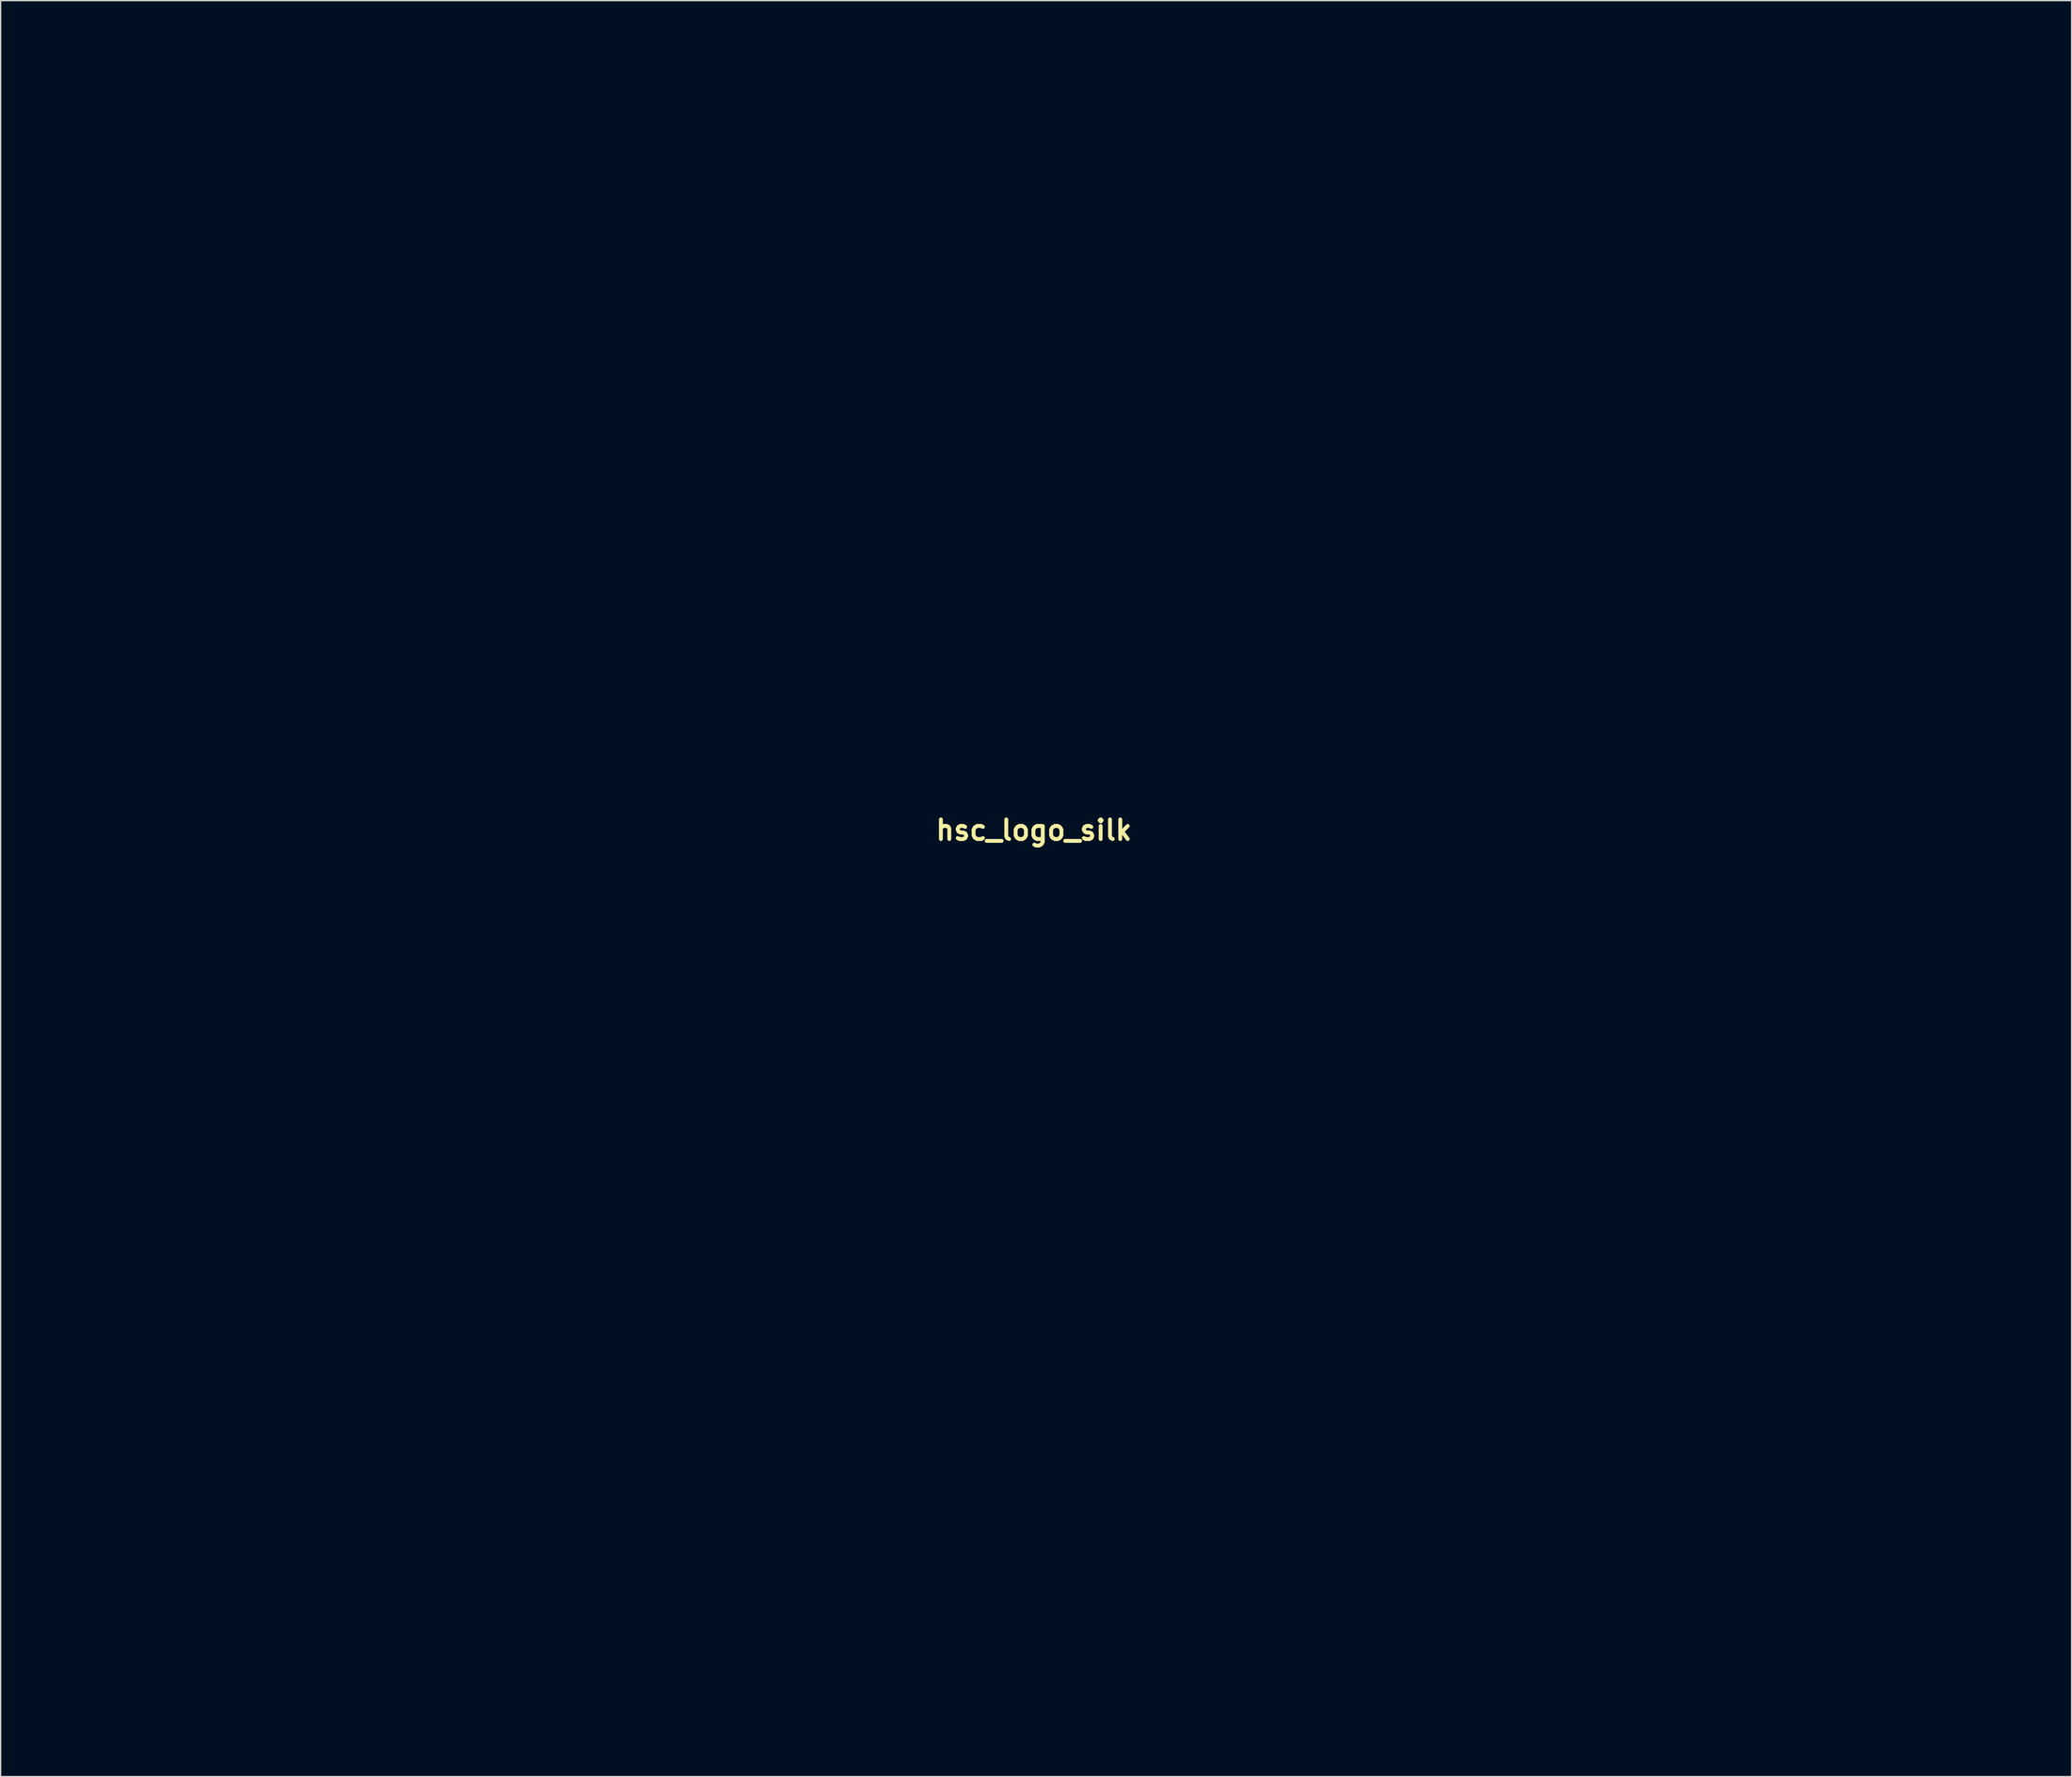
<source format=kicad_pcb>
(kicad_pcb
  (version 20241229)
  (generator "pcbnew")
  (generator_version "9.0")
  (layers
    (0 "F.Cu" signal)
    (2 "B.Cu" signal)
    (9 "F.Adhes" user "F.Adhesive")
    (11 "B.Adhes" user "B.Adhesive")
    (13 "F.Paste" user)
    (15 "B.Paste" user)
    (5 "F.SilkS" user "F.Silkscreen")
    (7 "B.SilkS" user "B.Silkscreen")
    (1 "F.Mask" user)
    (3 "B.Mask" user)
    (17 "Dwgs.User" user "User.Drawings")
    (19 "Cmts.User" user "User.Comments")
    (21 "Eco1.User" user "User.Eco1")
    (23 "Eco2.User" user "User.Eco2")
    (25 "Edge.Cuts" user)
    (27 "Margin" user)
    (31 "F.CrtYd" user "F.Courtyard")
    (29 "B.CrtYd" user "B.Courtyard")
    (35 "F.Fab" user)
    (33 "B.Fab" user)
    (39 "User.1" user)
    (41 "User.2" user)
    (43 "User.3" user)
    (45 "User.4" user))
  (footprint "hsc_logo_silk"
    (layer "F.Cu")
    (at 77.263 61.478)
    (property "Reference" "hsc_logo_silk" (at 0 0 0) (layer "F.SilkS") (effects (font (size 1.524 1.524) (thickness 0.3))))
    (attr through_hole)
    (fp_poly (pts (xy -76.906 69.321) (xy -77.082 69.497) (xy -77.258 69.321) (xy -77.082 69.144) (xy -76.906 69.321)) (stroke (width 0.01) (type solid)) (fill yes) (layer "F.Mask"))
    (fp_poly (pts (xy -74.436 68.263) (xy -74.612 68.439) (xy -74.789 68.263) (xy -74.612 68.086) (xy -74.436 68.263)) (stroke (width 0.01) (type solid)) (fill yes) (layer "F.Mask"))
    (fp_poly (pts (xy -70.203 69.321) (xy -70.379 69.497) (xy -70.556 69.321) (xy -70.379 69.144) (xy -70.203 69.321)) (stroke (width 0.01) (type solid)) (fill yes) (layer "F.Mask"))
    (fp_poly (pts (xy -38.1 42.862) (xy -38.276 43.039) (xy -38.453 42.862) (xy -38.276 42.686) (xy -38.1 42.862)) (stroke (width 0.01) (type solid)) (fill yes) (layer "F.Mask"))
    (fp_poly (pts (xy -13.406 41.451) (xy -13.582 41.628) (xy -13.758 41.451) (xy -13.582 41.275) (xy -13.406 41.451)) (stroke (width 0.01) (type solid)) (fill yes) (layer "F.Mask"))
    (fp_poly (pts (xy -11.994 42.51) (xy -12.171 42.686) (xy -12.347 42.51) (xy -12.171 42.333) (xy -11.994 42.51)) (stroke (width 0.01) (type solid)) (fill yes) (layer "F.Mask"))
    (fp_poly (pts (xy -11.642 44.626) (xy -11.818 44.803) (xy -11.994 44.626) (xy -11.818 44.45) (xy -11.642 44.626)) (stroke (width 0.01) (type solid)) (fill yes) (layer "F.Mask"))
    (fp_poly (pts (xy 2.822 48.154) (xy 2.646 48.331) (xy 2.469 48.154) (xy 2.646 47.978) (xy 2.822 48.154)) (stroke (width 0.01) (type solid)) (fill yes) (layer "F.Mask"))
    (fp_poly (pts (xy 10.936 35.454) (xy 10.76 35.631) (xy 10.583 35.454) (xy 10.76 35.278) (xy 10.936 35.454)) (stroke (width 0.01) (type solid)) (fill yes) (layer "F.Mask"))
    (fp_poly (pts (xy 11.994 13.582) (xy 11.818 13.758) (xy 11.642 13.582) (xy 11.818 13.406) (xy 11.994 13.582)) (stroke (width 0.01) (type solid)) (fill yes) (layer "F.Mask"))
    (fp_poly (pts (xy 32.808 -32.456) (xy 29.633 -32.456) (xy 29.633 -49.389) (xy 32.808 -49.389) (xy 32.808 -32.456)) (stroke (width 0.01) (type solid)) (fill yes) (layer "F.Mask"))
    (fp_poly (pts (xy 23.517 35.19) (xy 23.564 35.912) (xy 23.517 36.072) (xy 23.388 36.116) (xy 23.339 35.631) (xy 23.394 35.13) (xy 23.517 35.19)) (stroke (width 0.01) (type solid)) (fill yes) (layer "F.Mask"))
    (fp_poly (pts (xy -76.96 69.993) (xy -76.581 70.348) (xy -76.659 70.552) (xy -76.708 70.556) (xy -77.007 70.305) (xy -77.116 70.148) (xy -77.157 69.907) (xy -76.96 69.993)) (stroke (width 0.01) (type solid)) (fill yes) (layer "F.Mask"))
    (fp_poly (pts (xy -19.844 13.548) (xy -19.177 14.174) (xy -19.081 14.446) (xy -19.172 14.464) (xy -19.46 14.226) (xy -19.965 13.67) (xy -20.637 12.876) (xy -19.844 13.548)) (stroke (width 0.01) (type solid)) (fill yes) (layer "F.Mask"))
    (fp_poly (pts (xy -18.7 15.03) (xy -18.653 15.075) (xy -18.375 15.538) (xy -18.413 15.708) (xy -18.675 15.602) (xy -18.851 15.273) (xy -18.958 14.861) (xy -18.7 15.03)) (stroke (width 0.01) (type solid)) (fill yes) (layer "F.Mask"))
    (fp_poly (pts (xy 10.909 22.191) (xy 11.217 22.594) (xy 11.512 23.175) (xy 11.379 23.213) (xy 10.929 22.746) (xy 10.629 22.241) (xy 10.635 22.056) (xy 10.909 22.191)) (stroke (width 0.01) (type solid)) (fill yes) (layer "F.Mask"))
    (fp_poly (pts (xy 18.188 -5.409) (xy 18.126 -5.134) (xy 17.842 -4.637) (xy 17.658 -4.72) (xy 17.639 -4.918) (xy 17.895 -5.396) (xy 17.988 -5.466) (xy 18.188 -5.409)) (stroke (width 0.01) (type solid)) (fill yes) (layer "F.Mask"))
    (fp_poly (pts (xy -76.416 -21.966) (xy -76.452 -21.514) (xy -76.758 -20.793) (xy -77.067 -20.643) (xy -77.248 -21.096) (xy -77.258 -21.322) (xy -77.089 -22.03) (xy -76.762 -22.225) (xy -76.416 -21.966)) (stroke (width 0.01) (type solid)) (fill yes) (layer "F.Mask"))
    (fp_poly (pts (xy -25.864 48.155) (xy -26.248 48.648) (xy -26.738 48.998) (xy -26.909 49.036) (xy -26.975 48.822) (xy -26.633 48.328) (xy -26.111 47.866) (xy -25.822 47.791) (xy -25.864 48.155)) (stroke (width 0.01) (type solid)) (fill yes) (layer "F.Mask"))
    (fp_poly (pts (xy 11.891 10.848) (xy 11.949 11.876) (xy 11.891 12.435) (xy 11.803 12.603) (xy 11.748 12.159) (xy 11.738 11.642) (xy 11.765 10.879) (xy 11.836 10.669) (xy 11.891 10.848)) (stroke (width 0.01) (type solid)) (fill yes) (layer "F.Mask"))
    (fp_poly (pts (xy 12.649 16.484) (xy 12.7 16.736) (xy 12.516 17.219) (xy 12.347 17.286) (xy 12.005 17.033) (xy 11.994 16.954) (xy 12.251 16.476) (xy 12.347 16.404) (xy 12.649 16.484)) (stroke (width 0.01) (type solid)) (fill yes) (layer "F.Mask"))
    (fp_poly (pts (xy 22.805 31.079) (xy 22.822 31.139) (xy 22.874 31.908) (xy 22.809 32.198) (xy 22.693 32.209) (xy 22.646 31.657) (xy 22.647 31.574) (xy 22.697 31.026) (xy 22.805 31.079)) (stroke (width 0.01) (type solid)) (fill yes) (layer "F.Mask"))
    (fp_poly (pts (xy 23.158 33.195) (xy 23.175 33.256) (xy 23.227 34.024) (xy 23.162 34.314) (xy 23.046 34.326) (xy 22.999 33.774) (xy 22.999 33.69) (xy 23.05 33.143) (xy 23.158 33.195)) (stroke (width 0.01) (type solid)) (fill yes) (layer "F.Mask"))
    (fp_poly (pts (xy 58.097 16.405) (xy 57.713 16.898) (xy 57.223 17.248) (xy 57.052 17.286) (xy 56.986 17.072) (xy 57.328 16.578) (xy 57.85 16.116) (xy 58.139 16.041) (xy 58.097 16.405)) (stroke (width 0.01) (type solid)) (fill yes) (layer "F.Mask"))
    (fp_poly (pts (xy 43.744 -46.919) (xy 40.217 -46.919) (xy 40.217 -32.456) (xy 37.042 -32.456) (xy 37.042 -46.919) (xy 33.469 -46.919) (xy 33.69 -49.212) (xy 38.717 -49.31) (xy 43.744 -49.408) (xy 43.744 -46.919)) (stroke (width 0.01) (type solid)) (fill yes) (layer "F.Mask"))
    (fp_poly (pts (xy 63.941 11.647) (xy 65.067 11.737) (xy 65.578 12.068) (xy 65.538 12.752) (xy 65.125 13.685) (xy 64.352 15.199) (xy 63.573 13.813) (xy 63.001 12.693) (xy 62.859 12.034) (xy 63.166 11.723) (xy 63.941 11.647) (xy 63.941 11.647)) (stroke (width 0.01) (type solid)) (fill yes) (layer "F.Mask"))
    (fp_poly (pts (xy -9.653 21.962) (xy -9.525 22.196) (xy -9.409 22.795) (xy -9.328 23.033) (xy -9.349 23.553) (xy -9.783 23.74) (xy -10.406 23.56) (xy -10.801 23.238) (xy -11.211 22.686) (xy -11.116 22.35) (xy -10.922 22.209) (xy -10.191 21.911) (xy -9.653 21.962)) (stroke (width 0.01) (type solid)) (fill yes) (layer "F.Mask"))
    (fp_poly (pts (xy 23.812 -40.07) (xy 24.009 -49.389) (xy 27.164 -49.389) (xy 27.164 -32.456) (xy 25.665 -32.463) (xy 24.165 -32.471) (xy 19.932 -42.08) (xy 19.834 -37.268) (xy 19.736 -32.456) (xy 16.581 -32.456) (xy 16.581 -49.389) (xy 19.669 -49.389) (xy 23.812 -40.07)) (stroke (width 0.01) (type solid)) (fill yes) (layer "F.Mask"))
    (fp_poly (pts (xy 23.883 37.384) (xy 24.058 38.109) (xy 24.149 38.645) (xy 24.263 39.643) (xy 24.272 40.31) (xy 24.234 40.442) (xy 24.095 40.227) (xy 23.92 39.502) (xy 23.829 38.966) (xy 23.715 37.968) (xy 23.706 37.302) (xy 23.744 37.169) (xy 23.883 37.384)) (stroke (width 0.01) (type solid)) (fill yes) (layer "F.Mask"))
    (fp_poly (pts (xy -21.261 63.103) (xy -20.892 63.916) (xy -20.47 65.061) (xy -20.441 65.149) (xy -19.349 67.551) (xy -18.25 69.029) (xy -16.843 70.556) (xy -22.578 70.556) (xy -22.578 68.674) (xy -22.519 67.391) (xy -22.363 65.997) (xy -22.143 64.67) (xy -21.891 63.585) (xy -21.639 62.919) (xy -21.5 62.794) (xy -21.261 63.103)) (stroke (width 0.01) (type solid)) (fill yes) (layer "F.Mask"))
    (fp_poly (pts (xy 24.043 -61.324) (xy 24.077 -61.32) (xy 24.41 -61.241) (xy 24.637 -61.036) (xy 24.784 -60.585) (xy 24.873 -59.77) (xy 24.93 -58.472) (xy 24.97 -56.885) (xy 25.069 -52.564) (xy 23.283 -52.564) (xy 23.283 -56.998) (xy 23.287 -58.83) (xy 23.313 -60.069) (xy 23.381 -60.825) (xy 23.511 -61.212) (xy 23.725 -61.341) (xy 24.043 -61.324)) (stroke (width 0.01) (type solid)) (fill yes) (layer "F.Mask"))
    (fp_poly (pts (xy -26.153 18.323) (xy -25.618 18.991) (xy -25.158 20.043) (xy -24.833 21.404) (xy -24.702 22.999) (xy -24.702 23.042) (xy -24.797 24.7) (xy -25.077 25.817) (xy -25.509 26.354) (xy -26.063 26.266) (xy -26.636 25.624) (xy -27.121 24.518) (xy -27.49 23.006) (xy -27.7 21.382) (xy -27.702 19.943) (xy -27.609 19.379) (xy -27.208 18.441) (xy -26.703 18.114) (xy -26.153 18.323)) (stroke (width 0.01) (type solid)) (fill yes) (layer "F.Mask"))
    (fp_poly (pts (xy 22.115 -3.682) (xy 22.996 -2.809) (xy 23.689 -1.454) (xy 24.146 0.173) (xy 24.316 1.861) (xy 24.151 3.402) (xy 23.932 4.04) (xy 23.334 4.761) (xy 22.583 4.901) (xy 21.929 4.478) (xy 21.209 3.297) (xy 20.595 1.742) (xy 20.2 0.145) (xy 20.116 -0.755) (xy 20.269 -2.101) (xy 20.686 -3.13) (xy 21.285 -3.72) (xy 21.981 -3.748) (xy 22.115 -3.682)) (stroke (width 0.01) (type solid)) (fill yes) (layer "F.Mask"))
    (fp_poly (pts (xy 57.808 -13.427) (xy 58.343 -12.759) (xy 58.803 -11.707) (xy 59.128 -10.346) (xy 59.259 -8.751) (xy 59.259 -8.708) (xy 59.164 -7.05) (xy 58.884 -5.933) (xy 58.452 -5.396) (xy 57.899 -5.484) (xy 57.325 -6.126) (xy 56.841 -7.232) (xy 56.471 -8.744) (xy 56.262 -10.368) (xy 56.259 -11.807) (xy 56.352 -12.371) (xy 56.753 -13.309) (xy 57.258 -13.636) (xy 57.808 -13.427)) (stroke (width 0.01) (type solid)) (fill yes) (layer "F.Mask"))
    (fp_poly (pts (xy 29.6 -10.248) (xy 29.615 -10.24) (xy 30.333 -9.535) (xy 30.98 -8.34) (xy 31.472 -6.869) (xy 31.723 -5.336) (xy 31.739 -4.855) (xy 31.578 -3.258) (xy 31.149 -2.233) (xy 30.499 -1.813) (xy 29.676 -2.03) (xy 28.809 -2.818) (xy 28.054 -4.006) (xy 27.569 -5.363) (xy 27.341 -6.767) (xy 27.358 -8.097) (xy 27.605 -9.231) (xy 28.07 -10.049) (xy 28.739 -10.428) (xy 29.6 -10.248)) (stroke (width 0.01) (type solid)) (fill yes) (layer "F.Mask"))
    (fp_poly (pts (xy -31.078 24.53) (xy -30.912 24.658) (xy -30.392 25.394) (xy -29.999 26.531) (xy -29.741 27.907) (xy -29.625 29.363) (xy -29.656 30.74) (xy -29.842 31.877) (xy -30.189 32.614) (xy -30.574 32.808) (xy -31.018 32.512) (xy -31.507 31.771) (xy -31.64 31.485) (xy -32.044 30.178) (xy -32.297 28.651) (xy -32.388 27.124) (xy -32.304 25.814) (xy -32.034 24.941) (xy -31.995 24.884) (xy -31.525 24.422) (xy -31.078 24.53)) (stroke (width 0.01) (type solid)) (fill yes) (layer "F.Mask"))
    (fp_poly (pts (xy 52.883 -7.22) (xy 53.049 -7.092) (xy 53.569 -6.356) (xy 53.962 -5.219) (xy 54.22 -3.843) (xy 54.336 -2.387) (xy 54.305 -1.01) (xy 54.119 0.127) (xy 53.772 0.864) (xy 53.387 1.058) (xy 52.943 0.762) (xy 52.454 0.021) (xy 52.322 -0.265) (xy 51.917 -1.572) (xy 51.664 -3.099) (xy 51.573 -4.626) (xy 51.657 -5.936) (xy 51.927 -6.809) (xy 51.966 -6.866) (xy 52.436 -7.328) (xy 52.883 -7.22)) (stroke (width 0.01) (type solid)) (fill yes) (layer "F.Mask"))
    (fp_poly (pts (xy -14.706 -2.504) (xy -13.912 -1.532) (xy -13.132 0.064) (xy -13.034 0.317) (xy -12.582 1.959) (xy -12.381 3.71) (xy -12.422 5.396) (xy -12.693 6.843) (xy -13.183 7.877) (xy -13.516 8.19) (xy -14.071 8.433) (xy -14.543 8.225) (xy -14.925 7.836) (xy -15.862 6.421) (xy -16.582 4.602) (xy -17.037 2.605) (xy -17.184 0.654) (xy -16.976 -1.028) (xy -16.816 -1.5) (xy -16.194 -2.505) (xy -15.478 -2.834) (xy -14.706 -2.504)) (stroke (width 0.01) (type solid)) (fill yes) (layer "F.Mask"))
    (fp_poly (pts (xy 1.169 -2.504) (xy 1.963 -1.532) (xy 2.743 0.064) (xy 2.841 0.317) (xy 3.293 1.959) (xy 3.494 3.71) (xy 3.453 5.396) (xy 3.182 6.843) (xy 2.692 7.877) (xy 2.359 8.19) (xy 1.804 8.433) (xy 1.332 8.225) (xy 0.95 7.836) (xy 0.013 6.421) (xy -0.707 4.602) (xy -1.162 2.605) (xy -1.309 0.654) (xy -1.101 -1.028) (xy -0.941 -1.5) (xy -0.319 -2.505) (xy 0.397 -2.834) (xy 1.169 -2.504)) (stroke (width 0.01) (type solid)) (fill yes) (layer "F.Mask"))
    (fp_poly (pts (xy 9.344 -10.875) (xy 9.72 -10.566) (xy 10.506 -9.461) (xy 11.124 -7.898) (xy 11.543 -6.083) (xy 11.732 -4.221) (xy 11.663 -2.515) (xy 11.304 -1.17) (xy 11.144 -0.881) (xy 10.476 -0.156) (xy 9.792 -0.104) (xy 8.984 -0.719) (xy 8.915 -0.794) (xy 8.075 -1.967) (xy 7.453 -3.362) (xy 7.04 -4.883) (xy 6.829 -6.432) (xy 6.811 -7.912) (xy 6.979 -9.225) (xy 7.324 -10.276) (xy 7.838 -10.965) (xy 8.514 -11.198) (xy 9.344 -10.875)) (stroke (width 0.01) (type solid)) (fill yes) (layer "F.Mask"))
    (fp_poly (pts (xy -6.86 -11.062) (xy -6.027 -10.409) (xy -5.278 -9.288) (xy -4.678 -7.818) (xy -4.296 -6.117) (xy -4.196 -4.939) (xy -4.368 -3.383) (xy -5.038 -1.795) (xy -5.104 -1.676) (xy -5.643 -0.753) (xy -6.026 -0.145) (xy -6.142 0) (xy -6.413 -0.229) (xy -6.947 -0.78) (xy -6.96 -0.794) (xy -7.812 -2.026) (xy -8.457 -3.565) (xy -8.884 -5.266) (xy -9.082 -6.987) (xy -9.042 -8.583) (xy -8.753 -9.91) (xy -8.205 -10.825) (xy -7.709 -11.129) (xy -6.86 -11.062)) (stroke (width 0.01) (type solid)) (fill yes) (layer "F.Mask"))
    (fp_poly (pts (xy -41.134 63.874) (xy -41.133 63.879) (xy -40.983 64.465) (xy -40.754 65.505) (xy -40.489 66.791) (xy -40.227 68.115) (xy -40.012 69.272) (xy -39.883 70.052) (xy -39.864 70.241) (xy -40.188 70.391) (xy -41.044 70.503) (xy -42.261 70.554) (xy -42.503 70.556) (xy -43.853 70.542) (xy -44.66 70.466) (xy -45.085 70.279) (xy -45.291 69.93) (xy -45.365 69.667) (xy -45.384 68.513) (xy -44.851 67.249) (xy -43.729 65.802) (xy -43.032 65.081) (xy -42.028 64.16) (xy -41.411 63.768) (xy -41.134 63.874)) (stroke (width 0.01) (type solid)) (fill yes) (layer "F.Mask"))
    (fp_poly (pts (xy -48.928 15.008) (xy -48.494 15.234) (xy -47.848 15.715) (xy -46.935 16.495) (xy -45.703 17.62) (xy -44.098 19.134) (xy -42.065 21.082) (xy -41.133 21.98) (xy -35.524 27.391) (xy -36.138 29.897) (xy -36.487 31.503) (xy -36.841 33.427) (xy -37.131 35.289) (xy -37.161 35.516) (xy -37.571 38.629) (xy -38.325 37.571) (xy -39.436 35.916) (xy -40.653 33.935) (xy -41.934 31.713) (xy -43.236 29.338) (xy -44.518 26.894) (xy -45.737 24.469) (xy -46.85 22.147) (xy -47.815 20.016) (xy -48.59 18.161) (xy -49.133 16.668) (xy -49.399 15.624) (xy -49.374 15.145) (xy -49.203 14.993) (xy -48.928 15.008)) (stroke (width 0.01) (type solid)) (fill yes) (layer "F.Mask"))
    (fp_poly (pts (xy 14.111 -34.979) (xy 13.206 -33.904) (xy 12.118 -33.017) (xy 10.699 -32.375) (xy 9.304 -32.132) (xy 9.172 -32.137) (xy 8.472 -32.252) (xy 7.529 -32.489) (xy 7.526 -32.49) (xy 6.547 -32.984) (xy 5.609 -33.77) (xy 5.497 -33.896) (xy 4.586 -34.979) (xy 4.586 -49.429) (xy 6.085 -49.321) (xy 7.585 -49.212) (xy 7.776 -35.287) (xy 8.623 -35.075) (xy 9.32 -34.911) (xy 9.847 -34.87) (xy 10.231 -35.033) (xy 10.497 -35.483) (xy 10.674 -36.301) (xy 10.786 -37.568) (xy 10.862 -39.366) (xy 10.926 -41.776) (xy 10.936 -42.161) (xy 11.113 -49.212) (xy 12.612 -49.321) (xy 14.111 -49.429) (xy 14.111 -34.979)) (stroke (width 0.01) (type solid)) (fill yes) (layer "F.Mask"))
    (fp_poly (pts (xy -22.221 -61.303) (xy -20.62 -60.973) (xy -19.606 -60.314) (xy -19.118 -59.27) (xy -19.05 -58.506) (xy -19.312 -57.167) (xy -20.022 -56.205) (xy -21.071 -55.756) (xy -21.343 -55.739) (xy -21.887 -55.673) (xy -22.145 -55.35) (xy -22.222 -54.58) (xy -22.225 -54.151) (xy -22.262 -53.172) (xy -22.441 -52.708) (xy -22.869 -52.57) (xy -23.107 -52.564) (xy -23.989 -52.564) (xy -23.989 -58.587) (xy -22.225 -58.587) (xy -22.17 -57.656) (xy -21.941 -57.24) (xy -21.498 -57.15) (xy -21.026 -57.251) (xy -20.855 -57.683) (xy -20.881 -58.47) (xy -21.097 -59.475) (xy -21.557 -59.896) (xy -21.608 -59.907) (xy -22.008 -59.857) (xy -22.189 -59.4) (xy -22.225 -58.587) (xy -23.989 -58.587) (xy -23.989 -61.473) (xy -22.221 -61.303)) (stroke (width 0.01) (type solid)) (fill yes) (layer "F.Mask"))
    (fp_poly (pts (xy -16.577 -61.303) (xy -14.975 -60.973) (xy -13.962 -60.314) (xy -13.473 -59.27) (xy -13.406 -58.506) (xy -13.667 -57.167) (xy -14.378 -56.205) (xy -15.427 -55.756) (xy -15.699 -55.739) (xy -16.243 -55.673) (xy -16.501 -55.35) (xy -16.577 -54.58) (xy -16.581 -54.151) (xy -16.617 -53.172) (xy -16.797 -52.708) (xy -17.225 -52.57) (xy -17.462 -52.564) (xy -18.344 -52.564) (xy -18.344 -58.587) (xy -16.581 -58.587) (xy -16.525 -57.656) (xy -16.297 -57.24) (xy -15.854 -57.15) (xy -15.381 -57.251) (xy -15.21 -57.683) (xy -15.236 -58.47) (xy -15.453 -59.475) (xy -15.913 -59.896) (xy -15.963 -59.907) (xy -16.364 -59.857) (xy -16.544 -59.4) (xy -16.581 -58.587) (xy -18.344 -58.587) (xy -18.344 -61.473) (xy -16.577 -61.303)) (stroke (width 0.01) (type solid)) (fill yes) (layer "F.Mask"))
    (fp_poly (pts (xy -26.047 -49.321) (xy -24.578 -49.212) (xy -22.818 -45.067) (xy -22.141 -43.509) (xy -21.551 -42.219) (xy -21.105 -41.318) (xy -20.863 -40.93) (xy -20.848 -40.924) (xy -20.643 -41.231) (xy -20.233 -42.072) (xy -19.673 -43.324) (xy -19.019 -44.865) (xy -18.899 -45.157) (xy -17.16 -49.389) (xy -14.111 -49.389) (xy -14.111 -32.456) (xy -17.266 -32.456) (xy -17.364 -37.093) (xy -17.462 -41.731) (xy -18.738 -38.593) (xy -19.376 -37.089) (xy -19.865 -36.132) (xy -20.284 -35.602) (xy -20.71 -35.379) (xy -20.855 -35.354) (xy -21.265 -35.369) (xy -21.616 -35.602) (xy -21.985 -36.167) (xy -22.45 -37.18) (xy -22.998 -38.529) (xy -24.301 -41.804) (xy -24.321 -37.13) (xy -24.342 -32.456) (xy -27.517 -32.456) (xy -27.517 -49.429) (xy -26.047 -49.321)) (stroke (width 0.01) (type solid)) (fill yes) (layer "F.Mask"))
    (fp_poly (pts (xy -9.819 -49.321) (xy -8.35 -49.212) (xy -6.59 -45.067) (xy -5.913 -43.509) (xy -5.323 -42.219) (xy -4.877 -41.318) (xy -4.635 -40.93) (xy -4.62 -40.924) (xy -4.415 -41.231) (xy -4.005 -42.072) (xy -3.445 -43.324) (xy -2.791 -44.865) (xy -2.671 -45.157) (xy -0.932 -49.389) (xy 2.117 -49.389) (xy 2.117 -32.456) (xy -1.038 -32.456) (xy -1.136 -37.093) (xy -1.235 -41.731) (xy -2.511 -38.593) (xy -3.149 -37.089) (xy -3.638 -36.132) (xy -4.056 -35.602) (xy -4.482 -35.379) (xy -4.627 -35.354) (xy -5.037 -35.369) (xy -5.388 -35.602) (xy -5.757 -36.167) (xy -6.222 -37.18) (xy -6.77 -38.529) (xy -8.073 -41.804) (xy -8.093 -37.13) (xy -8.114 -32.456) (xy -11.289 -32.456) (xy -11.289 -49.429) (xy -9.819 -49.321)) (stroke (width 0.01) (type solid)) (fill yes) (layer "F.Mask"))
    (fp_poly (pts (xy 44.837 -56.42) (xy 45.571 -56.308) (xy 45.958 -56.055) (xy 46.162 -55.651) (xy 46.391 -55.007) (xy 46.793 -53.867) (xy 47.31 -52.4) (xy 47.8 -51.006) (xy 49.154 -47.156) (xy 50.771 -51.799) (xy 52.388 -56.442) (xy 54.592 -56.443) (xy 55.851 -56.387) (xy 56.618 -56.231) (xy 56.797 -56.067) (xy 56.667 -55.637) (xy 56.305 -54.664) (xy 55.753 -53.253) (xy 55.052 -51.51) (xy 54.244 -49.542) (xy 54.151 -49.32) (xy 51.506 -42.95) (xy 51.506 -32.456) (xy 46.919 -32.456) (xy 46.919 -42.596) (xy 44.097 -49.411) (xy 43.256 -51.447) (xy 42.515 -53.251) (xy 41.913 -54.725) (xy 41.491 -55.772) (xy 41.287 -56.295) (xy 41.275 -56.335) (xy 41.597 -56.391) (xy 42.44 -56.43) (xy 43.577 -56.444) (xy 44.837 -56.42)) (stroke (width 0.01) (type solid)) (fill yes) (layer "F.Mask"))
    (fp_poly (pts (xy -8.039 -61.346) (xy -7.832 -61.148) (xy -7.881 -60.66) (xy -8.193 -59.756) (xy -8.643 -58.629) (xy -9.358 -56.219) (xy -9.525 -54.511) (xy -9.548 -53.397) (xy -9.668 -52.817) (xy -9.964 -52.596) (xy -10.407 -52.564) (xy -10.935 -52.623) (xy -11.196 -52.922) (xy -11.282 -53.644) (xy -11.289 -54.284) (xy -11.498 -55.97) (xy -12.058 -57.749) (xy -12.123 -57.9) (xy -12.783 -59.432) (xy -13.16 -60.435) (xy -13.268 -61.02) (xy -13.121 -61.298) (xy -12.732 -61.38) (xy -12.562 -61.383) (xy -11.939 -61.258) (xy -11.531 -60.76) (xy -11.247 -59.972) (xy -10.933 -59.1) (xy -10.654 -58.604) (xy -10.581 -58.561) (xy -10.316 -58.858) (xy -9.937 -59.603) (xy -9.783 -59.972) (xy -9.268 -60.964) (xy -8.695 -61.362) (xy -8.495 -61.383) (xy -8.039 -61.346)) (stroke (width 0.01) (type solid)) (fill yes) (layer "F.Mask"))
    (fp_poly (pts (xy 12.191 24.057) (xy 12.772 24.487) (xy 14.93 25.657) (xy 17.553 26.311) (xy 19.812 26.458) (xy 21.169 26.497) (xy 21.934 26.628) (xy 22.217 26.873) (xy 22.225 26.943) (xy 22.277 27.613) (xy 22.403 28.571) (xy 22.411 28.619) (xy 22.501 29.328) (xy 22.432 29.398) (xy 22.257 29.046) (xy 21.512 27.769) (xy 20.577 27.067) (xy 19.256 26.81) (xy 18.883 26.8) (xy 17.477 26.667) (xy 15.91 26.342) (xy 15.2 26.129) (xy 13.29 25.469) (xy 11.767 26.897) (xy 10.635 27.9) (xy 9.548 28.764) (xy 8.626 29.404) (xy 7.99 29.737) (xy 7.761 29.687) (xy 8.029 29.29) (xy 8.68 28.771) (xy 8.731 28.737) (xy 9.54 28.165) (xy 10.609 27.344) (xy 11.394 26.709) (xy 13.087 25.306) (xy 12.276 24.41) (xy 11.815 23.89) (xy 11.768 23.769) (xy 12.191 24.057)) (stroke (width 0.01) (type solid)) (fill yes) (layer "F.Mask"))
    (fp_poly (pts (xy -31.454 53.521) (xy -31.18 53.797) (xy -30.963 54.331) (xy -30.778 55.204) (xy -30.597 56.496) (xy -30.392 58.287) (xy -30.138 60.657) (xy -29.983 62.089) (xy -29.697 64.694) (xy -29.471 66.677) (xy -29.287 68.117) (xy -29.126 69.091) (xy -28.97 69.68) (xy -28.8 69.961) (xy -28.599 70.014) (xy -28.348 69.917) (xy -28.186 69.831) (xy -27.374 69.607) (xy -26.713 69.757) (xy -26.458 70.192) (xy -26.772 70.374) (xy -27.557 70.496) (xy -28.585 70.552) (xy -29.623 70.537) (xy -30.441 70.446) (xy -30.801 70.291) (xy -30.947 69.859) (xy -31.225 68.897) (xy -31.591 67.561) (xy -31.9 66.394) (xy -32.459 64.415) (xy -33.138 62.252) (xy -33.819 60.269) (xy -34.063 59.616) (xy -34.832 57.364) (xy -35.219 55.586) (xy -35.22 54.325) (xy -35.008 53.799) (xy -34.533 53.598) (xy -33.6 53.469) (xy -32.896 53.443) (xy -32.286 53.424) (xy -31.814 53.424) (xy -31.454 53.521)) (stroke (width 0.01) (type solid)) (fill yes) (layer "F.Mask"))
    (fp_poly (pts (xy 31.154 -61.233) (xy 31.291 -60.873) (xy 31.364 -60.154) (xy 31.392 -58.963) (xy 31.397 -57.189) (xy 31.397 -56.998) (xy 31.393 -55.165) (xy 31.368 -53.923) (xy 31.299 -53.157) (xy 31.165 -52.752) (xy 30.944 -52.592) (xy 30.615 -52.564) (xy 30.566 -52.564) (xy 30.073 -52.676) (xy 29.625 -53.099) (xy 29.12 -53.962) (xy 28.654 -54.945) (xy 27.574 -57.326) (xy 27.545 -54.945) (xy 27.516 -53.683) (xy 27.425 -52.971) (xy 27.213 -52.651) (xy 26.818 -52.567) (xy 26.624 -52.564) (xy 25.731 -52.564) (xy 25.83 -56.885) (xy 25.876 -58.691) (xy 25.933 -59.907) (xy 26.025 -60.65) (xy 26.177 -61.037) (xy 26.414 -61.184) (xy 26.745 -61.207) (xy 27.241 -61.087) (xy 27.691 -60.638) (xy 28.2 -59.731) (xy 28.576 -58.914) (xy 29.593 -56.621) (xy 29.701 -58.914) (xy 29.784 -60.16) (xy 29.925 -60.867) (xy 30.186 -61.199) (xy 30.603 -61.32) (xy 30.932 -61.344) (xy 31.154 -61.233)) (stroke (width 0.01) (type solid)) (fill yes) (layer "F.Mask"))
    (fp_poly (pts (xy -27.014 -61.107) (xy -26.709 -60.736) (xy -26.378 -59.987) (xy -25.972 -58.755) (xy -25.506 -57.15) (xy -25.059 -55.55) (xy -24.693 -54.201) (xy -24.444 -53.245) (xy -24.351 -52.828) (xy -24.644 -52.626) (xy -25.185 -52.564) (xy -25.921 -52.799) (xy -26.25 -53.446) (xy -26.647 -54.149) (xy -27.34 -54.328) (xy -28.089 -54.105) (xy -28.43 -53.446) (xy -28.833 -52.738) (xy -29.495 -52.564) (xy -30.136 -52.658) (xy -30.329 -52.828) (xy -30.235 -53.253) (xy -29.985 -54.213) (xy -29.617 -55.566) (xy -29.521 -55.909) (xy -27.772 -55.909) (xy -27.381 -55.739) (xy -26.906 -55.958) (xy -26.846 -56.18) (xy -26.963 -56.838) (xy -27.162 -57.488) (xy -27.363 -57.914) (xy -27.481 -57.898) (xy -27.486 -57.856) (xy -27.608 -57.091) (xy -27.739 -56.533) (xy -27.772 -55.909) (xy -29.521 -55.909) (xy -29.175 -57.15) (xy -28.662 -58.907) (xy -28.266 -60.085) (xy -27.94 -60.79) (xy -27.635 -61.128) (xy -27.34 -61.207) (xy -27.014 -61.107)) (stroke (width 0.01) (type solid)) (fill yes) (layer "F.Mask"))
    (fp_poly (pts (xy -64.212 36.55) (xy -63.942 37.019) (xy -63.523 37.956) (xy -63.044 39.163) (xy -63.016 39.236) (xy -62.737 40.009) (xy -62.498 40.761) (xy -62.282 41.586) (xy -62.074 42.576) (xy -61.855 43.826) (xy -61.61 45.43) (xy -61.32 47.483) (xy -60.971 50.076) (xy -60.688 52.211) (xy -60.135 55.987) (xy -59.523 59.284) (xy -58.8 62.33) (xy -57.917 65.351) (xy -57.393 66.94) (xy -56.163 70.556) (xy -63.085 70.556) (xy -63.323 69.146) (xy -63.555 68.203) (xy -63.837 67.593) (xy -63.914 67.519) (xy -64.087 67.046) (xy -64.101 66.038) (xy -64.038 65.313) (xy -63.998 64.494) (xy -63.986 63.08) (xy -63.999 61.179) (xy -64.035 58.902) (xy -64.089 56.358) (xy -64.159 53.655) (xy -64.241 50.905) (xy -64.333 48.215) (xy -64.431 45.695) (xy -64.532 43.455) (xy -64.633 41.603) (xy -64.731 40.25) (xy -64.778 39.794) (xy -64.855 38.548) (xy -64.792 37.476) (xy -64.615 36.732) (xy -64.351 36.47) (xy -64.212 36.55)) (stroke (width 0.01) (type solid)) (fill yes) (layer "F.Mask"))
    (fp_poly (pts (xy -3.31 17.17) (xy -3.225 17.951) (xy -3.236 18.162) (xy -2.992 19.443) (xy -2.177 20.627) (xy -0.924 21.611) (xy 0.634 22.294) (xy 2.362 22.573) (xy 2.523 22.574) (xy 4.133 22.328) (xy 5.953 21.669) (xy 7.717 20.708) (xy 8.694 19.987) (xy 9.425 19.402) (xy 9.909 19.075) (xy 9.978 19.05) (xy 10.131 19.359) (xy 10.277 20.118) (xy 10.295 20.26) (xy 10.33 21.019) (xy 10.236 21.335) (xy 10.204 21.327) (xy 9.82 21.444) (xy 9.076 21.897) (xy 8.426 22.367) (xy 7.175 23.174) (xy 5.664 23.934) (xy 4.119 24.553) (xy 2.764 24.938) (xy 2.015 25.017) (xy 1.046 24.887) (xy 0.35 24.718) (xy -1.588 23.887) (xy -3.203 22.732) (xy -3.494 22.442) (xy -4.089 21.87) (xy -4.45 21.79) (xy -4.764 22.11) (xy -5.293 22.485) (xy -5.721 22.299) (xy -5.851 21.686) (xy -5.79 21.402) (xy -5.156 19.524) (xy -4.56 18.1) (xy -4.041 17.21) (xy -3.668 16.933) (xy -3.31 17.17)) (stroke (width 0.01) (type solid)) (fill yes) (layer "F.Mask"))
    (fp_poly (pts (xy 10.728 -60.955) (xy 10.91 -60.867) (xy 11.994 -60.307) (xy 11.994 -56.99) (xy 11.964 -55.28) (xy 11.859 -54.141) (xy 11.66 -53.438) (xy 11.44 -53.118) (xy 10.875 -52.674) (xy 10.587 -52.564) (xy 10.003 -52.458) (xy 9.818 -52.4) (xy 9.192 -52.42) (xy 8.312 -52.689) (xy 8.253 -52.715) (xy 7.399 -53.305) (xy 6.935 -54.025) (xy 6.749 -55.192) (xy 6.695 -56.629) (xy 6.703 -56.813) (xy 8.467 -56.813) (xy 8.494 -55.398) (xy 8.614 -54.548) (xy 8.88 -54.123) (xy 9.348 -53.983) (xy 9.584 -53.975) (xy 9.909 -54.051) (xy 10.103 -54.371) (xy 10.199 -55.075) (xy 10.229 -56.305) (xy 10.231 -56.776) (xy 10.173 -58.444) (xy 9.988 -59.461) (xy 9.653 -59.875) (xy 9.149 -59.734) (xy 8.98 -59.607) (xy 8.656 -59.008) (xy 8.493 -57.841) (xy 8.467 -56.813) (xy 6.703 -56.813) (xy 6.761 -58.098) (xy 6.935 -59.36) (xy 7.206 -60.179) (xy 7.232 -60.219) (xy 8.165 -60.985) (xy 9.403 -61.243) (xy 10.728 -60.955)) (stroke (width 0.01) (type solid)) (fill yes) (layer "F.Mask"))
    (fp_poly (pts (xy -1.676 -61.261) (xy -0.71 -60.84) (xy -0.014 -60.217) (xy 0.352 -59.539) (xy 0.325 -58.952) (xy -0.158 -58.602) (xy -0.529 -58.561) (xy -1.219 -58.732) (xy -1.411 -59.053) (xy -1.699 -59.601) (xy -2.379 -59.786) (xy -2.734 -59.714) (xy -3.211 -59.307) (xy -3.111 -58.709) (xy -2.495 -58.031) (xy -1.499 -57.421) (xy -0.507 -56.901) (xy 0.008 -56.423) (xy 0.223 -55.768) (xy 0.281 -55.191) (xy 0.226 -54.001) (xy -0.192 -53.243) (xy -0.248 -53.19) (xy -1.234 -52.613) (xy -2.378 -52.358) (xy -3.175 -52.454) (xy -4.103 -52.987) (xy -4.705 -53.664) (xy -4.928 -54.332) (xy -4.72 -54.839) (xy -4.057 -55.033) (xy -3.348 -54.849) (xy -3.175 -54.504) (xy -2.868 -54.079) (xy -2.293 -53.975) (xy -1.651 -54.098) (xy -1.426 -54.608) (xy -1.411 -54.977) (xy -1.508 -55.652) (xy -1.924 -56.067) (xy -2.838 -56.408) (xy -4.088 -57.013) (xy -4.665 -57.712) (xy -4.864 -58.884) (xy -4.502 -59.982) (xy -3.718 -60.841) (xy -2.649 -61.298) (xy -1.676 -61.261)) (stroke (width 0.01) (type solid)) (fill yes) (layer "F.Mask"))
    (fp_poly (pts (xy -30.935 -61.233) (xy -30.798 -60.873) (xy -30.725 -60.154) (xy -30.697 -58.963) (xy -30.692 -57.189) (xy -30.692 -56.998) (xy -30.692 -52.564) (xy -31.574 -52.564) (xy -32.097 -52.621) (xy -32.358 -52.913) (xy -32.447 -53.62) (xy -32.456 -54.328) (xy -32.493 -55.386) (xy -32.65 -55.913) (xy -32.998 -56.084) (xy -33.161 -56.092) (xy -33.584 -55.999) (xy -33.795 -55.605) (xy -33.864 -54.736) (xy -33.867 -54.328) (xy -33.895 -53.281) (xy -34.041 -52.759) (xy -34.395 -52.581) (xy -34.749 -52.564) (xy -35.631 -52.564) (xy -35.631 -56.998) (xy -35.627 -58.83) (xy -35.601 -60.069) (xy -35.533 -60.825) (xy -35.403 -61.212) (xy -35.189 -61.341) (xy -34.871 -61.324) (xy -34.837 -61.32) (xy -34.362 -61.162) (xy -34.102 -60.741) (xy -33.971 -59.871) (xy -33.936 -59.355) (xy -33.832 -58.252) (xy -33.636 -57.691) (xy -33.281 -57.508) (xy -33.161 -57.503) (xy -32.756 -57.617) (xy -32.528 -58.07) (xy -32.407 -59.024) (xy -32.386 -59.355) (xy -32.284 -60.456) (xy -32.086 -61.035) (xy -31.707 -61.276) (xy -31.485 -61.32) (xy -31.157 -61.344) (xy -30.935 -61.233)) (stroke (width 0.01) (type solid)) (fill yes) (layer "F.Mask"))
    (fp_poly (pts (xy 5.754 -61.233) (xy 5.891 -60.873) (xy 5.964 -60.154) (xy 5.992 -58.963) (xy 5.997 -57.189) (xy 5.997 -56.998) (xy 5.997 -52.564) (xy 5.115 -52.564) (xy 4.592 -52.621) (xy 4.331 -52.913) (xy 4.242 -53.62) (xy 4.233 -54.328) (xy 4.196 -55.386) (xy 4.039 -55.913) (xy 3.691 -56.084) (xy 3.528 -56.092) (xy 3.105 -55.999) (xy 2.894 -55.605) (xy 2.825 -54.736) (xy 2.822 -54.328) (xy 2.794 -53.281) (xy 2.648 -52.759) (xy 2.294 -52.581) (xy 1.94 -52.564) (xy 1.058 -52.564) (xy 1.058 -56.998) (xy 1.062 -58.83) (xy 1.088 -60.069) (xy 1.156 -60.825) (xy 1.286 -61.212) (xy 1.5 -61.341) (xy 1.818 -61.324) (xy 1.852 -61.32) (xy 2.327 -61.162) (xy 2.587 -60.741) (xy 2.718 -59.871) (xy 2.752 -59.355) (xy 2.857 -58.252) (xy 3.053 -57.691) (xy 3.408 -57.508) (xy 3.528 -57.503) (xy 3.933 -57.617) (xy 4.161 -58.07) (xy 4.282 -59.024) (xy 4.303 -59.355) (xy 4.405 -60.456) (xy 4.603 -61.035) (xy 4.982 -61.276) (xy 5.203 -61.32) (xy 5.532 -61.344) (xy 5.754 -61.233)) (stroke (width 0.01) (type solid)) (fill yes) (layer "F.Mask"))
    (fp_poly (pts (xy 36.42 -60.823) (xy 37.165 -60.145) (xy 37.394 -59.434) (xy 37.247 -58.769) (xy 36.668 -58.565) (xy 36.513 -58.561) (xy 35.813 -58.738) (xy 35.631 -59.069) (xy 35.384 -59.703) (xy 34.801 -59.825) (xy 34.366 -59.595) (xy 34.073 -59.139) (xy 33.935 -58.302) (xy 33.93 -56.938) (xy 33.941 -56.654) (xy 34.014 -55.342) (xy 34.135 -54.577) (xy 34.359 -54.201) (xy 34.74 -54.054) (xy 34.837 -54.039) (xy 35.396 -54.067) (xy 35.607 -54.497) (xy 35.631 -55.009) (xy 35.491 -55.843) (xy 35.076 -56.092) (xy 34.653 -56.355) (xy 34.637 -56.709) (xy 35.013 -57.191) (xy 35.967 -57.426) (xy 36.074 -57.436) (xy 37.394 -57.545) (xy 37.394 -55.609) (xy 37.244 -54.114) (xy 36.824 -53.072) (xy 36.182 -52.586) (xy 35.987 -52.564) (xy 35.403 -52.458) (xy 35.218 -52.4) (xy 34.592 -52.42) (xy 33.712 -52.689) (xy 33.653 -52.715) (xy 32.947 -53.134) (xy 32.489 -53.749) (xy 32.231 -54.703) (xy 32.122 -56.137) (xy 32.108 -57.16) (xy 32.226 -58.939) (xy 32.623 -60.149) (xy 33.351 -60.887) (xy 34.194 -61.201) (xy 35.36 -61.214) (xy 36.42 -60.823)) (stroke (width 0.01) (type solid)) (fill yes) (layer "F.Mask"))
    (fp_poly (pts (xy -46.65 -56.475) (xy -44.919 -55.854) (xy -43.447 -54.854) (xy -42.344 -53.508) (xy -41.723 -51.848) (xy -41.628 -50.818) (xy -41.628 -49.389) (xy -46.214 -49.389) (xy -46.214 -50.569) (xy -46.425 -51.663) (xy -46.859 -52.333) (xy -47.848 -52.812) (xy -49.068 -52.868) (xy -50.179 -52.493) (xy -50.292 -52.416) (xy -50.527 -52.197) (xy -50.704 -51.866) (xy -50.833 -51.325) (xy -50.924 -50.477) (xy -50.987 -49.224) (xy -51.033 -47.467) (xy -51.071 -45.109) (xy -51.073 -44.92) (xy -51.1 -42.217) (xy -51.083 -40.137) (xy -51.001 -38.594) (xy -50.835 -37.508) (xy -50.565 -36.793) (xy -50.171 -36.367) (xy -49.633 -36.147) (xy -48.955 -36.051) (xy -47.541 -36.108) (xy -46.649 -36.597) (xy -46.207 -37.568) (xy -46.147 -38.013) (xy -46.038 -39.335) (xy -41.628 -39.545) (xy -41.628 -38.099) (xy -41.945 -36.223) (xy -42.837 -34.635) (xy -44.21 -33.391) (xy -45.971 -32.548) (xy -48.029 -32.162) (xy -50.291 -32.289) (xy -50.976 -32.43) (xy -52.596 -33.009) (xy -53.921 -33.979) (xy -54.328 -34.391) (xy -55.21 -35.333) (xy -55.315 -44.154) (xy -55.421 -52.975) (xy -53.904 -54.487) (xy -52.265 -55.722) (xy -50.434 -56.442) (xy -48.525 -56.682) (xy -46.65 -56.475)) (stroke (width 0.01) (type solid)) (fill yes) (layer "F.Mask"))
    (fp_poly (pts (xy 40.614 -6.149) (xy 40.712 -5.649) (xy 40.283 -5.058) (xy 39.881 -4.462) (xy 39.612 -3.496) (xy 39.435 -2.003) (xy 39.414 -1.731) (xy 38.815 1.988) (xy 37.559 5.518) (xy 35.634 8.885) (xy 33.028 12.114) (xy 32.27 12.902) (xy 29.759 15.133) (xy 27.317 16.716) (xy 24.969 17.642) (xy 22.738 17.9) (xy 20.686 17.495) (xy 19.532 16.93) (xy 18.5 16.212) (xy 18.393 16.116) (xy 17.676 15.556) (xy 17.143 15.494) (xy 16.862 15.635) (xy 16.247 15.884) (xy 16.028 15.565) (xy 16.204 14.671) (xy 16.604 13.6) (xy 17.136 12.54) (xy 17.657 11.851) (xy 18.074 11.593) (xy 18.299 11.825) (xy 18.261 12.507) (xy 18.356 13.388) (xy 19.014 14.228) (xy 20.273 15.215) (xy 21.554 15.742) (xy 23.155 15.921) (xy 23.517 15.925) (xy 25.74 15.589) (xy 27.979 14.635) (xy 30.16 13.145) (xy 32.208 11.2) (xy 34.048 8.883) (xy 35.606 6.275) (xy 36.806 3.457) (xy 37.573 0.529) (xy 37.913 -1.574) (xy 38.067 -3.065) (xy 38.034 -4.015) (xy 37.814 -4.494) (xy 37.546 -4.586) (xy 37.127 -4.85) (xy 37.105 -5.38) (xy 37.32 -5.916) (xy 37.895 -6.221) (xy 38.727 -6.375) (xy 39.933 -6.407) (xy 40.614 -6.149)) (stroke (width 0.01) (type solid)) (fill yes) (layer "F.Mask"))
    (fp_poly (pts (xy -19.15 21.754) (xy -18.757 22.202) (xy -18.929 22.923) (xy -19.141 23.208) (xy -19.467 23.952) (xy -19.705 25.35) (xy -19.848 27.164) (xy -20.22 30.287) (xy -20.97 33.394) (xy -22.042 36.37) (xy -23.38 39.105) (xy -24.928 41.484) (xy -26.63 43.395) (xy -28.43 44.726) (xy -28.604 44.818) (xy -29.692 45.314) (xy -30.498 45.454) (xy -31.336 45.255) (xy -31.926 45.007) (xy -32.811 44.452) (xy -33.411 43.816) (xy -34.011 43.281) (xy -34.597 43.296) (xy -35.146 43.343) (xy -35.201 42.967) (xy -35.164 42.826) (xy -34.946 42.072) (xy -34.639 41.005) (xy -34.539 40.658) (xy -34.159 39.618) (xy -33.83 39.211) (xy -33.599 39.451) (xy -33.514 40.327) (xy -33.198 41.497) (xy -32.373 42.589) (xy -31.222 43.385) (xy -30.789 43.549) (xy -29.607 43.555) (xy -28.299 42.961) (xy -26.931 41.848) (xy -25.567 40.296) (xy -24.273 38.387) (xy -23.114 36.199) (xy -22.153 33.814) (xy -21.688 32.279) (xy -21.398 30.94) (xy -21.16 29.386) (xy -20.983 27.769) (xy -20.879 26.236) (xy -20.855 24.937) (xy -20.923 24.022) (xy -21.093 23.639) (xy -21.115 23.636) (xy -21.467 23.374) (xy -21.445 22.768) (xy -21.249 22.368) (xy -20.739 22.004) (xy -20.012 21.741) (xy -19.15 21.754)) (stroke (width 0.01) (type solid)) (fill yes) (layer "F.Mask"))
    (fp_poly (pts (xy 64.811 -9.996) (xy 65.205 -9.548) (xy 65.032 -8.827) (xy 64.82 -8.542) (xy 64.495 -7.798) (xy 64.256 -6.4) (xy 64.113 -4.586) (xy 63.741 -1.463) (xy 62.991 1.644) (xy 61.919 4.62) (xy 60.581 7.355) (xy 59.033 9.734) (xy 57.331 11.645) (xy 55.531 12.976) (xy 55.357 13.068) (xy 54.269 13.564) (xy 53.463 13.704) (xy 52.625 13.505) (xy 52.035 13.257) (xy 51.15 12.702) (xy 50.551 12.066) (xy 49.95 11.531) (xy 49.364 11.546) (xy 48.815 11.593) (xy 48.76 11.217) (xy 48.797 11.076) (xy 49.015 10.322) (xy 49.322 9.255) (xy 49.422 8.908) (xy 49.802 7.868) (xy 50.131 7.461) (xy 50.362 7.701) (xy 50.447 8.577) (xy 50.763 9.747) (xy 51.588 10.839) (xy 52.739 11.635) (xy 53.172 11.799) (xy 54.355 11.805) (xy 55.662 11.211) (xy 57.03 10.098) (xy 58.394 8.546) (xy 59.688 6.637) (xy 60.847 4.449) (xy 61.808 2.064) (xy 62.273 0.529) (xy 62.563 -0.81) (xy 62.801 -2.364) (xy 62.978 -3.981) (xy 63.083 -5.514) (xy 63.106 -6.813) (xy 63.038 -7.728) (xy 62.868 -8.111) (xy 62.846 -8.114) (xy 62.495 -8.376) (xy 62.516 -8.982) (xy 62.712 -9.382) (xy 63.222 -9.746) (xy 63.949 -10.009) (xy 64.811 -9.996)) (stroke (width 0.01) (type solid)) (fill yes) (layer "F.Mask"))
    (fp_poly (pts (xy 1.659 48.658) (xy 2.071 49.507) (xy 2.548 50.729) (xy 3.034 52.169) (xy 3.474 53.672) (xy 3.801 55.033) (xy 4.067 56.303) (xy 4.281 57.266) (xy 4.402 57.749) (xy 4.411 57.772) (xy 4.743 57.709) (xy 5.493 57.437) (xy 5.797 57.313) (xy 6.745 56.987) (xy 7.351 57.007) (xy 7.704 57.209) (xy 8.213 57.585) (xy 8.373 57.692) (xy 8.455 58.031) (xy 8.598 58.903) (xy 8.775 60.137) (xy 8.828 60.525) (xy 9.106 62.374) (xy 9.427 63.7) (xy 9.885 64.683) (xy 10.573 65.504) (xy 11.586 66.344) (xy 12.033 66.674) (xy 13.354 67.724) (xy 14.455 68.765) (xy 15.217 69.672) (xy 15.521 70.318) (xy 15.522 70.345) (xy 15.19 70.42) (xy 14.277 70.482) (xy 12.905 70.529) (xy 11.201 70.553) (xy 10.407 70.556) (xy 8.383 70.546) (xy 6.963 70.511) (xy 6.047 70.439) (xy 5.532 70.319) (xy 5.318 70.141) (xy 5.292 70.009) (xy 5.224 69.588) (xy 4.993 68.95) (xy 4.558 68.01) (xy 3.876 66.68) (xy 2.905 64.874) (xy 2.237 63.653) (xy 1.068 61.393) (xy 0.285 59.52) (xy -0.161 57.865) (xy -0.317 56.26) (xy -0.27 54.938) (xy -0.114 53.679) (xy 0.143 52.261) (xy 0.459 50.85) (xy 0.793 49.614) (xy 1.103 48.722) (xy 1.348 48.34) (xy 1.369 48.337) (xy 1.659 48.658)) (stroke (width 0.01) (type solid)) (fill yes) (layer "F.Mask"))
    (fp_poly (pts (xy -32.853 -49.091) (xy -31.365 -48.351) (xy -30.266 -47.225) (xy -30.085 -46.909) (xy -29.871 -46.099) (xy -29.721 -44.754) (xy -29.634 -43.04) (xy -29.607 -41.124) (xy -29.641 -39.174) (xy -29.733 -37.356) (xy -29.882 -35.837) (xy -30.087 -34.784) (xy -30.186 -34.527) (xy -31.133 -33.407) (xy -32.535 -32.621) (xy -34.191 -32.237) (xy -35.902 -32.322) (xy -36.357 -32.437) (xy -37.546 -32.859) (xy -38.435 -33.37) (xy -39.065 -34.073) (xy -39.479 -35.071) (xy -39.721 -36.466) (xy -39.833 -38.362) (xy -39.858 -40.791) (xy -36.689 -40.791) (xy -36.661 -38.444) (xy -36.576 -36.769) (xy -36.431 -35.737) (xy -36.266 -35.348) (xy -35.539 -35.017) (xy -34.523 -34.944) (xy -33.587 -35.129) (xy -33.232 -35.348) (xy -33.036 -35.874) (xy -32.902 -37.017) (xy -32.827 -38.808) (xy -32.808 -40.791) (xy -32.83 -43.021) (xy -32.914 -44.641) (xy -33.09 -45.745) (xy -33.39 -46.428) (xy -33.841 -46.786) (xy -34.476 -46.912) (xy -34.749 -46.919) (xy -35.455 -46.852) (xy -35.967 -46.587) (xy -36.317 -46.029) (xy -36.533 -45.084) (xy -36.647 -43.656) (xy -36.687 -41.653) (xy -36.689 -40.791) (xy -39.858 -40.791) (xy -39.859 -40.817) (xy -39.838 -43.125) (xy -39.76 -44.848) (xy -39.592 -46.104) (xy -39.303 -47.012) (xy -38.861 -47.691) (xy -38.234 -48.261) (xy -37.778 -48.585) (xy -36.247 -49.248) (xy -34.542 -49.404) (xy -32.853 -49.091)) (stroke (width 0.01) (type solid)) (fill yes) (layer "F.Mask"))
    (fp_poly (pts (xy -18.21 43.675) (xy -16.954 44.157) (xy -16.867 44.2) (xy -15.733 44.687) (xy -14.993 44.766) (xy -14.708 44.654) (xy -14.133 44.462) (xy -13.914 44.53) (xy -13.785 44.941) (xy -13.581 45.927) (xy -13.323 47.364) (xy -13.035 49.127) (xy -12.856 50.299) (xy -12.481 52.796) (xy -12.188 54.677) (xy -11.956 56.025) (xy -11.764 56.923) (xy -11.592 57.453) (xy -11.417 57.698) (xy -11.221 57.74) (xy -10.991 57.666) (xy -9.765 57.236) (xy -8.662 56.975) (xy -7.904 56.93) (xy -7.756 56.977) (xy -7.504 57.452) (xy -7.408 58.215) (xy -7.357 59.066) (xy -7.22 60.349) (xy -7.027 61.798) (xy -7.009 61.92) (xy -6.611 64.602) (xy -4.218 66.511) (xy -3.011 67.528) (xy -1.936 68.528) (xy -1.185 69.332) (xy -1.065 69.488) (xy -0.305 70.556) (xy -12.991 70.556) (xy -13.241 69.056) (xy -13.592 67.89) (xy -14.316 66.834) (xy -14.992 66.146) (xy -15.893 65.232) (xy -16.611 64.383) (xy -16.89 63.964) (xy -17.128 63.081) (xy -17.26 61.704) (xy -17.29 60.037) (xy -17.223 58.283) (xy -17.062 56.647) (xy -16.811 55.332) (xy -16.708 54.997) (xy -16.397 53.826) (xy -16.307 52.797) (xy -16.345 52.497) (xy -16.609 51.865) (xy -17.165 50.785) (xy -17.935 49.405) (xy -18.836 47.876) (xy -18.866 47.827) (xy -19.724 46.364) (xy -20.404 45.11) (xy -20.843 44.189) (xy -20.976 43.728) (xy -20.97 43.712) (xy -20.419 43.429) (xy -19.432 43.425) (xy -18.21 43.675)) (stroke (width 0.01) (type solid)) (fill yes) (layer "F.Mask"))
    (fp_poly (pts (xy 21.807 -61.363) (xy 22.53 -61.273) (xy 22.853 -61.067) (xy 22.93 -60.702) (xy 22.931 -60.678) (xy 22.724 -60.125) (xy 22.049 -59.972) (xy 21.167 -59.972) (xy 21.167 -52.564) (xy 19.403 -52.564) (xy 19.403 -56.268) (xy 19.394 -57.921) (xy 19.352 -58.992) (xy 19.252 -59.608) (xy 19.071 -59.892) (xy 18.786 -59.97) (xy 18.697 -59.972) (xy 18.361 -59.919) (xy 18.152 -59.669) (xy 18.042 -59.087) (xy 17.998 -58.039) (xy 17.992 -56.822) (xy 17.957 -55.147) (xy 17.84 -54.04) (xy 17.621 -53.365) (xy 17.437 -53.118) (xy 16.872 -52.674) (xy 16.584 -52.564) (xy 16 -52.458) (xy 15.816 -52.4) (xy 15.189 -52.42) (xy 14.309 -52.689) (xy 14.251 -52.715) (xy 13.396 -53.305) (xy 12.932 -54.025) (xy 12.747 -55.192) (xy 12.692 -56.629) (xy 12.7 -56.813) (xy 14.464 -56.813) (xy 14.491 -55.398) (xy 14.611 -54.548) (xy 14.877 -54.123) (xy 15.345 -53.983) (xy 15.581 -53.975) (xy 15.906 -54.051) (xy 16.1 -54.371) (xy 16.196 -55.075) (xy 16.227 -56.305) (xy 16.228 -56.776) (xy 16.171 -58.444) (xy 15.985 -59.461) (xy 15.651 -59.875) (xy 15.146 -59.734) (xy 14.978 -59.607) (xy 14.653 -59.008) (xy 14.49 -57.841) (xy 14.464 -56.813) (xy 12.7 -56.813) (xy 12.758 -58.098) (xy 12.932 -59.36) (xy 13.204 -60.179) (xy 13.23 -60.219) (xy 14.116 -60.94) (xy 15.299 -61.257) (xy 16.449 -61.092) (xy 16.598 -61.021) (xy 17.342 -60.796) (xy 17.747 -60.998) (xy 18.277 -61.193) (xy 19.289 -61.332) (xy 20.532 -61.383) (xy 21.807 -61.363)) (stroke (width 0.01) (type solid)) (fill yes) (layer "F.Mask"))
    (fp_poly (pts (xy -18.153 16.438) (xy -17.993 16.682) (xy -17.71 17.354) (xy -17.386 18.458) (xy -17.144 19.504) (xy -16.713 21.023) (xy -16.082 21.96) (xy -15.113 22.436) (xy -13.67 22.573) (xy -12.802 22.625) (xy -12.431 22.887) (xy -12.348 23.527) (xy -12.347 23.647) (xy -12.508 24.513) (xy -13.052 24.941) (xy -14.068 24.971) (xy -15.022 24.796) (xy -16.568 24.443) (xy -16.735 25.539) (xy -16.88 26.566) (xy -17.049 27.87) (xy -17.113 28.399) (xy -17.319 29.667) (xy -17.65 31.255) (xy -18.011 32.724) (xy -18.343 34.015) (xy -18.587 35.056) (xy -18.696 35.645) (xy -18.697 35.679) (xy -18.362 35.913) (xy -17.363 35.937) (xy -16.903 35.901) (xy -15.687 35.863) (xy -15.039 36.026) (xy -14.965 36.12) (xy -14.835 36.678) (xy -14.679 37.619) (xy -14.525 38.729) (xy -14.401 39.793) (xy -14.333 40.596) (xy -14.35 40.922) (xy -14.351 40.922) (xy -14.7 40.765) (xy -15.481 40.358) (xy -16.321 39.899) (xy -17.759 39.12) (xy -18.735 38.714) (xy -19.406 38.72) (xy -19.933 39.175) (xy -20.472 40.119) (xy -20.899 41.001) (xy -21.641 42.423) (xy -22.496 43.871) (xy -23.373 45.213) (xy -24.181 46.314) (xy -24.828 47.041) (xy -25.19 47.267) (xy -25.226 47.056) (xy -24.884 46.581) (xy -24.378 45.866) (xy -23.772 44.797) (xy -23.432 44.108) (xy -22.734 42.739) (xy -21.925 41.343) (xy -21.595 40.831) (xy -20.257 38.391) (xy -19.141 35.439) (xy -18.269 32.136) (xy -17.665 28.649) (xy -17.352 25.14) (xy -17.354 21.773) (xy -17.694 18.713) (xy -18.172 16.756) (xy -18.305 16.279) (xy -18.153 16.438)) (stroke (width 0.01) (type solid)) (fill yes) (layer "F.Mask"))
    (fp_poly (pts (xy 41.456 16.317) (xy 43.039 16.607) (xy 44.056 16.813) (xy 44.781 16.921) (xy 44.938 16.926) (xy 45.26 17.195) (xy 45.696 17.912) (xy 45.858 18.25) (xy 46.827 19.753) (xy 48.157 20.923) (xy 49.679 21.661) (xy 51.226 21.869) (xy 51.862 21.769) (xy 52.511 21.746) (xy 52.749 21.886) (xy 52.837 22.298) (xy 52.987 23.271) (xy 53.181 24.667) (xy 53.401 26.348) (xy 53.631 28.174) (xy 53.853 30.005) (xy 54.051 31.704) (xy 54.205 33.131) (xy 54.3 34.147) (xy 54.322 34.527) (xy 54.419 34.83) (xy 54.81 34.611) (xy 54.882 34.552) (xy 55.177 34.367) (xy 55.161 34.617) (xy 54.822 35.395) (xy 54.793 35.457) (xy 54.382 36.291) (xy 53.771 37.475) (xy 53.02 38.901) (xy 52.189 40.461) (xy 51.335 42.044) (xy 50.519 43.543) (xy 49.798 44.848) (xy 49.232 45.851) (xy 48.88 46.443) (xy 48.798 46.524) (xy 48.96 45.833) (xy 49.152 44.782) (xy 49.217 44.365) (xy 49.24 42.773) (xy 48.733 41.467) (xy 47.63 40.334) (xy 46.49 39.595) (xy 45.089 38.752) (xy 44.158 37.996) (xy 43.591 37.146) (xy 43.286 36.019) (xy 43.138 34.434) (xy 43.102 33.703) (xy 43.052 32.067) (xy 43.094 30.899) (xy 43.264 29.967) (xy 43.595 29.034) (xy 43.88 28.388) (xy 44.367 27.254) (xy 44.701 26.336) (xy 44.803 25.896) (xy 44.556 25.381) (xy 43.83 24.392) (xy 42.645 22.954) (xy 41.021 21.092) (xy 39.019 18.874) (xy 38.2 17.918) (xy 37.618 17.123) (xy 37.4 16.669) (xy 37.716 16.336) (xy 38.586 16.166) (xy 39.877 16.159) (xy 41.456 16.317)) (stroke (width 0.01) (type solid)) (fill yes) (layer "F.Mask"))
    (fp_poly (pts (xy -74.795 -9.705) (xy -74.52 -9.295) (xy -74.133 -8.442) (xy -73.889 -7.807) (xy -73.129 -6.314) (xy -72.266 -5.492) (xy -71.56 -4.914) (xy -71.227 -4.326) (xy -71.225 -4.302) (xy -71.193 -3.675) (xy -71.142 -2.564) (xy -71.082 -1.192) (xy -71.071 -0.951) (xy -70.943 0.717) (xy -70.686 1.949) (xy -70.236 3.01) (xy -70.049 3.345) (xy -69.51 4.47) (xy -69.186 5.544) (xy -69.144 5.929) (xy -68.899 7.008) (xy -68.135 7.653) (xy -66.81 7.899) (xy -66.753 7.901) (xy -65.917 7.962) (xy -65.547 8.222) (xy -65.46 8.887) (xy -65.465 9.365) (xy -65.612 10.281) (xy -66.041 11.607) (xy -66.778 13.408) (xy -67.845 15.745) (xy -67.998 16.068) (xy -70.506 21.343) (xy -70.614 33.514) (xy -70.638 37.771) (xy -70.637 41.995) (xy -70.612 46.124) (xy -70.565 50.095) (xy -70.497 53.847) (xy -70.411 57.317) (xy -70.308 60.443) (xy -70.19 63.162) (xy -70.059 65.412) (xy -69.916 67.132) (xy -69.762 68.258) (xy -69.633 68.691) (xy -69.217 69.449) (xy -69.223 69.789) (xy -69.497 69.85) (xy -69.814 69.566) (xy -69.85 69.342) (xy -70.088 68.712) (xy -70.615 68.571) (xy -71.085 68.909) (xy -71.519 69.28) (xy -71.737 69.257) (xy -71.948 69.296) (xy -71.967 69.438) (xy -72.156 69.822) (xy -72.654 69.656) (xy -73.147 69.204) (xy -73.523 68.649) (xy -73.54 68.366) (xy -73.658 68.056) (xy -74.155 67.521) (xy -74.832 66.938) (xy -75.485 66.48) (xy -75.883 66.322) (xy -75.974 66.588) (xy -75.745 67.236) (xy -75.709 67.308) (xy -75.398 67.993) (xy -75.529 68.274) (xy -76.207 68.37) (xy -76.229 68.372) (xy -77.258 68.45) (xy -77.258 67.91) (xy -76.2 67.91) (xy -76.024 68.086) (xy -75.847 67.91) (xy -76.024 67.733) (xy -76.2 67.91) (xy -77.258 67.91) (xy -77.258 -8.051) (xy -76.17 -8.967) (xy -75.422 -9.503) (xy -74.884 -9.722) (xy -74.795 -9.705)) (stroke (width 0.01) (type solid)) (fill yes) (layer "F.Mask"))
    (fp_poly (pts (xy 77.512 15.158) (xy 77.535 16.136) (xy 77.555 17.682) (xy 77.572 19.728) (xy 77.585 22.205) (xy 77.595 25.043) (xy 77.6 28.175) (xy 77.6 31.485) (xy 77.589 48.154) (xy 76.735 47.184) (xy 76.036 46.539) (xy 75.433 46.221) (xy 75.364 46.214) (xy 74.813 45.964) (xy 74.704 45.782) (xy 74.412 45.763) (xy 73.794 46.196) (xy 72.954 46.974) (xy 71.996 47.99) (xy 71.024 49.138) (xy 70.141 50.311) (xy 69.813 50.8) (xy 68.948 52.145) (xy 68.045 53.54) (xy 67.534 54.328) (xy 66.483 56.171) (xy 66.002 57.612) (xy 66.086 58.66) (xy 66.286 58.982) (xy 66.842 59.481) (xy 67.172 59.619) (xy 67.662 59.835) (xy 68.24 60.276) (xy 69.555 61.026) (xy 71.242 61.364) (xy 73.102 61.296) (xy 74.94 60.829) (xy 76.498 60.011) (xy 77.611 59.219) (xy 77.611 70.556) (xy 73.547 70.556) (xy 71.761 70.544) (xy 70.51 70.491) (xy 69.627 70.367) (xy 68.942 70.145) (xy 68.286 69.796) (xy 68.018 69.631) (xy 67.165 69.071) (xy 66.841 68.741) (xy 66.973 68.498) (xy 67.33 68.289) (xy 67.817 67.888) (xy 67.833 67.597) (xy 67.526 67.064) (xy 67.513 66.998) (xy 67.425 66.346) (xy 67.092 65.994) (xy 66.675 65.817) (xy 65.701 65.54) (xy 65.264 65.417) (xy 64.693 65.429) (xy 64.606 65.874) (xy 65.004 66.672) (xy 65.264 67.028) (xy 65.746 67.692) (xy 65.961 68.082) (xy 65.962 68.089) (xy 65.654 68.173) (xy 64.87 68.176) (xy 64.47 68.151) (xy 63.487 68.149) (xy 62.702 68.403) (xy 61.821 69.028) (xy 61.504 69.295) (xy 60.036 70.556) (xy 54.536 70.556) (xy 52.656 70.548) (xy 51.053 70.526) (xy 49.846 70.493) (xy 49.154 70.452) (xy 49.036 70.425) (xy 49.204 70.089) (xy 49.663 69.262) (xy 50.347 68.06) (xy 51.191 66.601) (xy 51.378 66.28) (xy 53.089 63.316) (xy 54.881 60.152) (xy 56.719 56.859) (xy 58.565 53.506) (xy 60.381 50.164) (xy 62.131 46.903) (xy 63.776 43.794) (xy 65.28 40.905) (xy 66.606 38.309) (xy 67.716 36.075) (xy 68.572 34.272) (xy 69.138 32.973) (xy 69.318 32.48) (xy 69.552 31.898) (xy 70.041 30.798) (xy 70.731 29.298) (xy 71.568 27.514) (xy 72.481 25.6) (xy 73.477 23.511) (xy 74.441 21.458) (xy 75.302 19.596) (xy 75.986 18.082) (xy 76.37 17.198) (xy 76.867 16.045) (xy 77.261 15.199) (xy 77.476 14.823) (xy 77.488 14.817) (xy 77.512 15.158)) (stroke (width 0.01) (type solid)) (fill yes) (layer "F.Mask"))
    (fp_poly (pts (xy 36.903 36.277) (xy 37.373 37.061) (xy 37.973 38.186) (xy 38.2 38.637) (xy 38.927 40.025) (xy 39.585 40.992) (xy 40.377 41.767) (xy 41.509 42.579) (xy 41.967 42.878) (xy 43.546 43.965) (xy 44.605 44.89) (xy 45.261 45.792) (xy 45.631 46.81) (xy 45.737 47.353) (xy 45.949 48.669) (xy 46.984 47.932) (xy 47.704 47.491) (xy 48.153 47.349) (xy 48.189 47.366) (xy 48.081 47.721) (xy 47.659 48.6) (xy 46.967 49.922) (xy 46.053 51.605) (xy 44.963 53.567) (xy 43.743 55.728) (xy 42.441 58.004) (xy 41.102 60.316) (xy 39.774 62.582) (xy 38.502 64.719) (xy 37.334 66.646) (xy 36.316 68.283) (xy 35.703 69.233) (xy 34.831 70.556) (xy 20.814 70.556) (xy 20.814 69.753) (xy 20.644 69.098) (xy 20.191 68.027) (xy 19.537 66.728) (xy 19.21 66.137) (xy 18.019 64.032) (xy 17.137 62.396) (xy 16.517 61.087) (xy 16.113 59.965) (xy 15.876 58.89) (xy 15.762 57.719) (xy 15.723 56.312) (xy 15.718 55.595) (xy 15.743 53.561) (xy 15.855 52.032) (xy 16.078 50.811) (xy 16.386 49.83) (xy 16.809 48.818) (xy 17.181 48.146) (xy 17.365 47.978) (xy 17.686 48.27) (xy 18.018 48.928) (xy 18.481 50.039) (xy 19.092 51.365) (xy 19.751 52.702) (xy 20.356 53.848) (xy 20.807 54.601) (xy 20.885 54.706) (xy 21.371 55.159) (xy 22.269 55.888) (xy 23.415 56.76) (xy 23.863 57.088) (xy 25.634 58.56) (xy 26.784 59.999) (xy 27.385 61.513) (xy 27.517 62.802) (xy 27.548 63.524) (xy 27.738 63.782) (xy 28.232 63.601) (xy 29.092 63.059) (xy 30.042 62.294) (xy 30.667 61.37) (xy 31.055 60.101) (xy 31.282 58.415) (xy 31.303 56.416) (xy 30.892 54.86) (xy 29.97 53.58) (xy 28.469 52.417) (xy 26.536 50.98) (xy 25.275 49.577) (xy 24.699 48.223) (xy 24.663 47.863) (xy 24.637 46.983) (xy 24.596 45.651) (xy 24.548 44.121) (xy 24.536 43.744) (xy 24.499 42.367) (xy 24.506 41.639) (xy 24.566 41.502) (xy 24.687 41.903) (xy 24.77 42.273) (xy 25.03 43.22) (xy 25.325 43.596) (xy 25.691 43.559) (xy 27.032 43.068) (xy 27.922 42.955) (xy 28.479 43.3) (xy 28.822 44.183) (xy 29.067 45.684) (xy 29.089 45.861) (xy 29.282 47.259) (xy 29.525 48.224) (xy 29.939 48.955) (xy 30.65 49.652) (xy 31.779 50.515) (xy 32.128 50.77) (xy 33.274 51.648) (xy 34.19 52.427) (xy 34.726 52.978) (xy 34.799 53.097) (xy 35.212 53.364) (xy 36.074 53.548) (xy 37.175 53.642) (xy 38.303 53.642) (xy 39.249 53.543) (xy 39.8 53.339) (xy 39.864 53.216) (xy 39.683 52.758) (xy 39.199 51.865) (xy 38.496 50.691) (xy 38.064 50.005) (xy 36.814 48) (xy 35.933 46.411) (xy 35.368 45.09) (xy 35.064 43.887) (xy 34.969 42.654) (xy 35.012 41.481) (xy 35.183 40.071) (xy 35.476 38.649) (xy 35.841 37.383) (xy 36.227 36.443) (xy 36.584 35.998) (xy 36.65 35.983) (xy 36.903 36.277)) (stroke (width 0.01) (type solid)) (fill yes) (layer "F.Mask"))
    (fp_poly (pts (xy 77.611 -20.095) (xy 77.596 -19.391) (xy 77.533 -18.696) (xy 77.397 -17.921) (xy 77.163 -16.981) (xy 76.804 -15.788) (xy 76.295 -14.255) (xy 75.61 -12.294) (xy 74.723 -9.819) (xy 73.979 -7.761) (xy 73.553 -6.622) (xy 72.961 -5.095) (xy 72.25 -3.291) (xy 71.463 -1.318) (xy 70.644 0.713) (xy 69.838 2.694) (xy 69.09 4.514) (xy 68.443 6.066) (xy 67.943 7.238) (xy 67.633 7.923) (xy 67.561 8.05) (xy 67.211 7.973) (xy 66.454 7.648) (xy 66.018 7.433) (xy 65.131 6.996) (xy 64.543 6.735) (xy 64.435 6.703) (xy 64.224 6.997) (xy 63.795 7.78) (xy 63.232 8.899) (xy 63.057 9.26) (xy 62.317 10.679) (xy 61.463 12.125) (xy 60.587 13.465) (xy 59.779 14.565) (xy 59.132 15.292) (xy 58.771 15.517) (xy 58.735 15.306) (xy 59.078 14.831) (xy 59.583 14.116) (xy 60.189 13.047) (xy 60.529 12.358) (xy 61.23 10.988) (xy 62.046 9.592) (xy 62.379 9.081) (xy 63.162 7.673) (xy 63.982 5.738) (xy 64.781 3.446) (xy 65.499 0.97) (xy 66.078 -1.52) (xy 66.16 -1.941) (xy 66.476 -4.34) (xy 66.598 -6.993) (xy 66.534 -9.669) (xy 66.288 -12.138) (xy 65.868 -14.17) (xy 65.827 -14.31) (xy 65.122 -15.927) (xy 64.12 -17.369) (xy 62.971 -18.458) (xy 61.913 -18.996) (xy 60.406 -19.18) (xy 58.943 -18.877) (xy 57.418 -18.042) (xy 55.725 -16.628) (xy 55.188 -16.104) (xy 52.969 -13.457) (xy 50.988 -10.248) (xy 49.294 -6.594) (xy 47.935 -2.611) (xy 46.962 1.583) (xy 46.537 4.571) (xy 46.347 6.864) (xy 46.32 8.682) (xy 46.456 10.233) (xy 46.52 10.632) (xy 46.697 11.795) (xy 46.775 12.651) (xy 46.745 12.992) (xy 46.381 12.954) (xy 45.902 12.549) (xy 45.555 12.015) (xy 45.508 11.796) (xy 45.298 11.228) (xy 45.188 11.133) (xy 45.008 11.246) (xy 45.053 11.641) (xy 45.104 12.081) (xy 44.897 12.289) (xy 44.329 12.263) (xy 43.296 12.001) (xy 41.883 11.561) (xy 40.622 11.164) (xy 39.858 10.979) (xy 39.421 11.002) (xy 39.137 11.227) (xy 38.957 11.473) (xy 37.438 13.598) (xy 36.14 15.266) (xy 34.933 16.629) (xy 33.686 17.84) (xy 32.937 18.496) (xy 31.303 19.839) (xy 29.986 20.831) (xy 29.035 21.44) (xy 28.501 21.634) (xy 28.433 21.381) (xy 28.436 21.374) (xy 28.923 20.818) (xy 29.28 20.638) (xy 30.241 20.131) (xy 31.427 19.222) (xy 32.648 18.075) (xy 33.713 16.858) (xy 33.92 16.581) (xy 34.765 15.487) (xy 35.859 14.183) (xy 36.893 13.032) (xy 38.375 11.218) (xy 39.685 9.093) (xy 40.894 6.525) (xy 42.055 3.43) (xy 42.578 1.81) (xy 42.911 0.468) (xy 43.095 -0.867) (xy 43.175 -2.467) (xy 43.192 -3.704) (xy 43.178 -5.597) (xy 43.089 -7.007) (xy 42.896 -8.156) (xy 42.569 -9.266) (xy 42.369 -9.814) (xy 41.167 -12.159) (xy 39.585 -13.935) (xy 37.675 -15.136) (xy 35.486 -15.753) (xy 33.068 -15.778) (xy 30.472 -15.204) (xy 27.749 -14.023) (xy 25.313 -12.495) (xy 24.391 -11.855) (xy 23.738 -11.445) (xy 23.513 -11.353) (xy 22.09 -13.943) (xy 20.573 -15.882) (xy 18.889 -17.225) (xy 16.967 -18.024) (xy 14.735 -18.336) (xy 14.247 -18.344) (xy 12.322 -18.101) (xy 10.161 -17.429) (xy 8.011 -16.41) (xy 7.381 -16.034) (xy 5.966 -15.141) (xy 4.492 -16.403) (xy 2.39 -17.768) (xy 0.054 -18.472) (xy -2.497 -18.516) (xy -5.246 -17.897) (xy -7.408 -17.007) (xy -9.942 -15.469) (xy -12.517 -13.338) (xy -15.055 -10.717) (xy -17.477 -7.71) (xy -19.702 -4.417) (xy -21.65 -0.942) (xy -23.244 2.613) (xy -23.792 4.117) (xy -24.375 5.96) (xy -24.909 7.864) (xy -25.321 9.555) (xy -25.485 10.393) (xy -25.727 11.69) (xy -26.027 12.604) (xy -26.515 13.381) (xy -27.327 14.268) (xy -27.883 14.817) (xy -28.989 15.939) (xy -30.019 17.057) (xy -30.76 17.939) (xy -30.789 17.977) (xy -31.379 18.721) (xy -31.76 18.97) (xy -32.144 18.793) (xy -32.441 18.534) (xy -32.912 18.041) (xy -33.734 17.113) (xy -34.815 15.857) (xy -36.058 14.385) (xy -36.851 13.433) (xy -38.05 11.985) (xy -39.1 10.713) (xy -40.081 9.517) (xy -41.077 8.297) (xy -42.168 6.952) (xy -43.436 5.382) (xy -44.963 3.487) (xy -46.83 1.166) (xy -47.342 0.529) (xy -48.47 -0.835) (xy -49.494 -2.006) (xy -50.31 -2.867) (xy -50.809 -3.3) (xy -50.836 -3.314) (xy -51.624 -3.313) (xy -52.813 -2.758) (xy -54.381 -1.662) (xy -55.668 -0.601) (xy -57.274 0.65) (xy -58.514 1.304) (xy -59.085 1.411) (xy -59.411 1.375) (xy -59.553 1.199) (xy -59.48 0.78) (xy -59.161 0.014) (xy -58.567 -1.202) (xy -57.972 -2.374) (xy -56.311 -5.629) (xy -57.088 -8.018) (xy -57.477 -9.296) (xy -57.754 -10.368) (xy -57.861 -11.005) (xy -57.861 -11.012) (xy -58.113 -12.128) (xy -58.765 -13.336) (xy -59.634 -14.331) (xy -60.022 -14.613) (xy -61.269 -15.051) (xy -62.99 -15.13) (xy -62.995 -15.13) (xy -64.37 -15.151) (xy -65.274 -15.397) (xy -65.668 -15.66) (xy -66.448 -16.086) (xy -67.584 -16.447) (xy -68.129 -16.556) (xy -69.171 -16.752) (xy -69.893 -16.946) (xy -70.066 -17.031) (xy -70.018 -17.421) (xy -69.709 -18.268) (xy -69.202 -19.404) (xy -69.088 -19.641) (xy -67.91 -22.049) (xy 4.851 -22.138) (xy 77.611 -22.227) (xy 77.611 -20.095)) (stroke (width 0.01) (type solid)) (fill yes) (layer "F.Mask")))
  (gr_rect
    (start -3 -3)
    (end 157.879 135.039)
    (stroke (width 0.1) (type default))
    (fill no)
    (layer "Edge.Cuts")))
</source>
